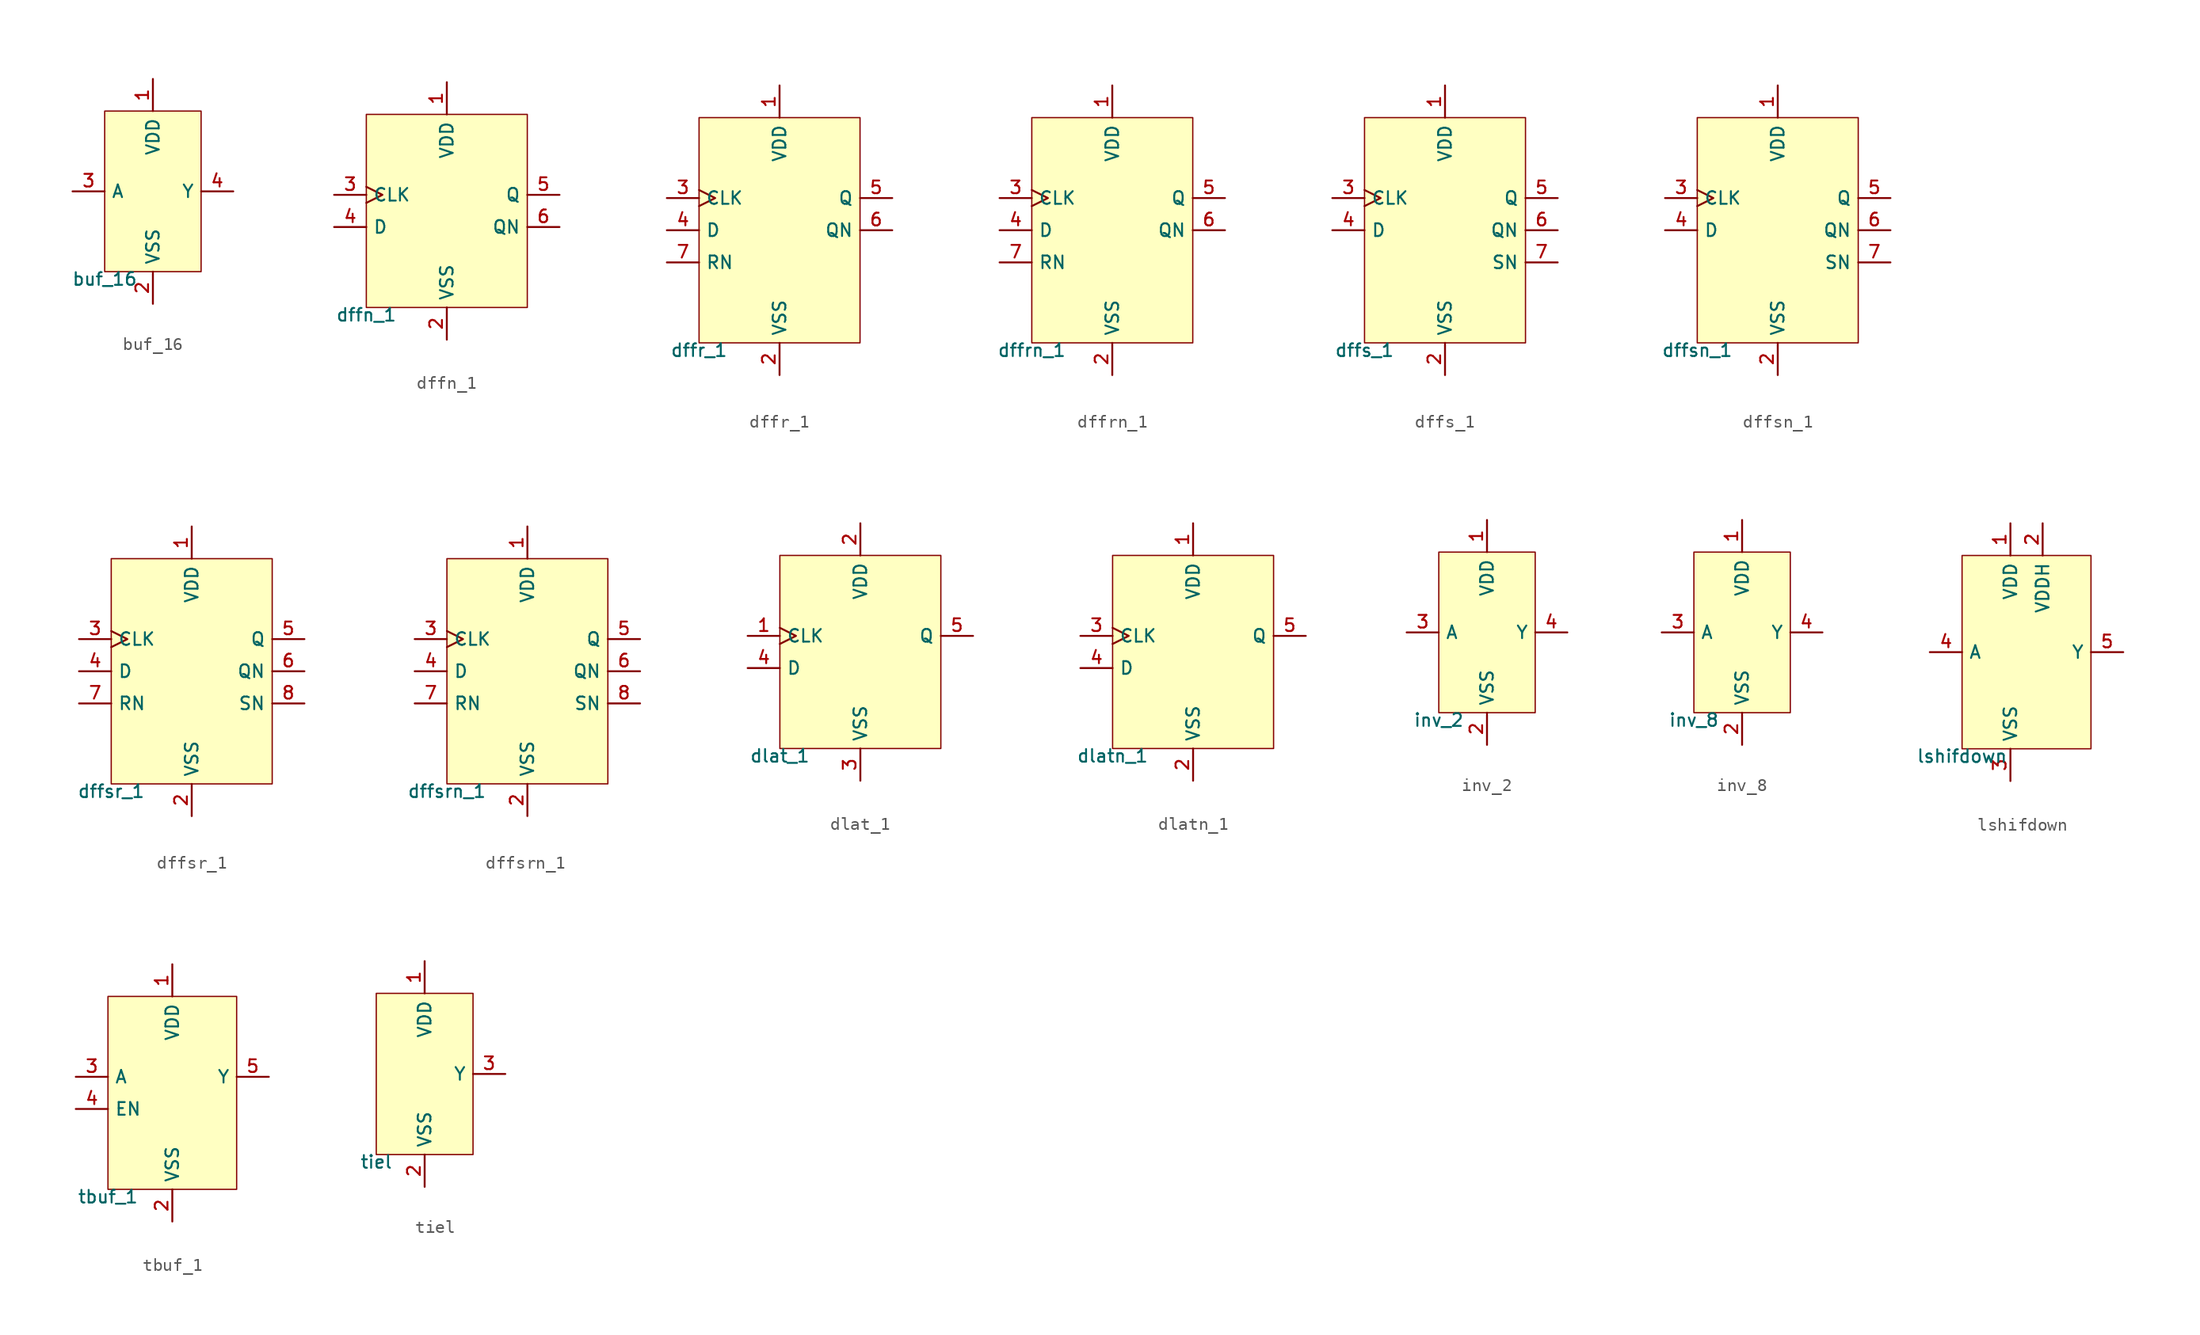
<source format=kicad_sym>
(kicad_symbol_lib
  (version 20211014)
  (generator pdk2kicad)
  (symbol "buf_16"
    (property "Reference" "X"
      (at 0 0 0)
      (effects (font (size 1 1)) hide))
    (property "Value" "buf_16"
      (at -3.81 -6.35 0)
      (effects (font (size 1 1)) (justify top)))
    (rectangle
      (start -3.81 -6.35)
      (end 3.81 6.35)
      (stroke (width 0.1) (type solid) (color 0 0 0 0))
      (fill (type background)))
    (pin power_in line
      (at 0.0 8.89 270)
      (length 2.54)
      (name "VDD" (effects (font (size 1 1)) hide))
      (number "1" (effects (font (size 1 1)) hide)))
    (pin power_in line
      (at 0.0 -8.89 90)
      (length 2.54)
      (name "VSS" (effects (font (size 1 1)) hide))
      (number "2" (effects (font (size 1 1)) hide)))
    (pin input line
      (at -6.35 -4.440892098500626e-16 0)
      (length 2.54)
      (name "A" (effects (font (size 1 1)) hide))
      (number "3" (effects (font (size 1 1)) hide)))
    (pin output line
      (at 6.35 -4.440892098500626e-16 180)
      (length 2.54)
      (name "Y" (effects (font (size 1 1)) hide))
      (number "4" (effects (font (size 1 1)) hide))))
  (symbol "dffn_1"
    (property "Reference" "X"
      (at 0 0 0)
      (effects (font (size 1 1)) hide))
    (property "Value" "dffn_1"
      (at -6.35 -7.62 0)
      (effects (font (size 1 1)) (justify top)))
    (rectangle
      (start -6.35 -7.62)
      (end 6.35 7.62)
      (stroke (width 0.1) (type solid) (color 0 0 0 0))
      (fill (type background)))
    (pin power_in line
      (at 4.440892098500626e-16 10.16 270)
      (length 2.54)
      (name "VDD" (effects (font (size 1 1)) hide))
      (number "1" (effects (font (size 1 1)) hide)))
    (pin power_in line
      (at 4.440892098500626e-16 -10.16 90)
      (length 2.54)
      (name "VSS" (effects (font (size 1 1)) hide))
      (number "2" (effects (font (size 1 1)) hide)))
    (pin input clock
      (at -8.89 1.27 0)
      (length 2.54)
      (name "CLK" (effects (font (size 1 1)) hide))
      (number "3" (effects (font (size 1 1)) hide)))
    (pin input line
      (at -8.89 -1.27 0)
      (length 2.54)
      (name "D" (effects (font (size 1 1)) hide))
      (number "4" (effects (font (size 1 1)) hide)))
    (pin output line
      (at 8.89 1.27 180)
      (length 2.54)
      (name "Q" (effects (font (size 1 1)) hide))
      (number "5" (effects (font (size 1 1)) hide)))
    (pin output line
      (at 8.89 -1.27 180)
      (length 2.54)
      (name "QN" (effects (font (size 1 1)) hide))
      (number "6" (effects (font (size 1 1)) hide))))
  (symbol "dffr_1"
    (property "Reference" "X"
      (at 0 0 0)
      (effects (font (size 1 1)) hide))
    (property "Value" "dffr_1"
      (at -6.35 -8.89 0)
      (effects (font (size 1 1)) (justify top)))
    (rectangle
      (start -6.35 -8.89)
      (end 6.35 8.89)
      (stroke (width 0.1) (type solid) (color 0 0 0 0))
      (fill (type background)))
    (pin power_in line
      (at 4.440892098500626e-16 11.43 270)
      (length 2.54)
      (name "VDD" (effects (font (size 1 1)) hide))
      (number "1" (effects (font (size 1 1)) hide)))
    (pin power_in line
      (at 4.440892098500626e-16 -11.43 90)
      (length 2.54)
      (name "VSS" (effects (font (size 1 1)) hide))
      (number "2" (effects (font (size 1 1)) hide)))
    (pin input clock
      (at -8.89 2.54 0)
      (length 2.54)
      (name "CLK" (effects (font (size 1 1)) hide))
      (number "3" (effects (font (size 1 1)) hide)))
    (pin input line
      (at -8.89 4.440892098500626e-16 0)
      (length 2.54)
      (name "D" (effects (font (size 1 1)) hide))
      (number "4" (effects (font (size 1 1)) hide)))
    (pin output line
      (at 8.89 2.54 180)
      (length 2.54)
      (name "Q" (effects (font (size 1 1)) hide))
      (number "5" (effects (font (size 1 1)) hide)))
    (pin output line
      (at 8.89 4.440892098500626e-16 180)
      (length 2.54)
      (name "QN" (effects (font (size 1 1)) hide))
      (number "6" (effects (font (size 1 1)) hide)))
    (pin input line
      (at -8.89 -2.54 0)
      (length 2.54)
      (name "RN" (effects (font (size 1 1)) hide))
      (number "7" (effects (font (size 1 1)) hide))))
  (symbol "dffrn_1"
    (property "Reference" "X"
      (at 0 0 0)
      (effects (font (size 1 1)) hide))
    (property "Value" "dffrn_1"
      (at -6.35 -8.89 0)
      (effects (font (size 1 1)) (justify top)))
    (rectangle
      (start -6.35 -8.89)
      (end 6.35 8.89)
      (stroke (width 0.1) (type solid) (color 0 0 0 0))
      (fill (type background)))
    (pin power_in line
      (at 4.440892098500626e-16 11.43 270)
      (length 2.54)
      (name "VDD" (effects (font (size 1 1)) hide))
      (number "1" (effects (font (size 1 1)) hide)))
    (pin power_in line
      (at 4.440892098500626e-16 -11.43 90)
      (length 2.54)
      (name "VSS" (effects (font (size 1 1)) hide))
      (number "2" (effects (font (size 1 1)) hide)))
    (pin input clock
      (at -8.89 2.54 0)
      (length 2.54)
      (name "CLK" (effects (font (size 1 1)) hide))
      (number "3" (effects (font (size 1 1)) hide)))
    (pin input line
      (at -8.89 4.440892098500626e-16 0)
      (length 2.54)
      (name "D" (effects (font (size 1 1)) hide))
      (number "4" (effects (font (size 1 1)) hide)))
    (pin output line
      (at 8.89 2.54 180)
      (length 2.54)
      (name "Q" (effects (font (size 1 1)) hide))
      (number "5" (effects (font (size 1 1)) hide)))
    (pin output line
      (at 8.89 4.440892098500626e-16 180)
      (length 2.54)
      (name "QN" (effects (font (size 1 1)) hide))
      (number "6" (effects (font (size 1 1)) hide)))
    (pin input line
      (at -8.89 -2.54 0)
      (length 2.54)
      (name "RN" (effects (font (size 1 1)) hide))
      (number "7" (effects (font (size 1 1)) hide))))
  (symbol "dffs_1"
    (property "Reference" "X"
      (at 0 0 0)
      (effects (font (size 1 1)) hide))
    (property "Value" "dffs_1"
      (at -6.35 -8.89 0)
      (effects (font (size 1 1)) (justify top)))
    (rectangle
      (start -6.35 -8.89)
      (end 6.35 8.89)
      (stroke (width 0.1) (type solid) (color 0 0 0 0))
      (fill (type background)))
    (pin power_in line
      (at 4.440892098500626e-16 11.43 270)
      (length 2.54)
      (name "VDD" (effects (font (size 1 1)) hide))
      (number "1" (effects (font (size 1 1)) hide)))
    (pin power_in line
      (at 4.440892098500626e-16 -11.43 90)
      (length 2.54)
      (name "VSS" (effects (font (size 1 1)) hide))
      (number "2" (effects (font (size 1 1)) hide)))
    (pin input clock
      (at -8.89 2.54 0)
      (length 2.54)
      (name "CLK" (effects (font (size 1 1)) hide))
      (number "3" (effects (font (size 1 1)) hide)))
    (pin input line
      (at -8.89 4.440892098500626e-16 0)
      (length 2.54)
      (name "D" (effects (font (size 1 1)) hide))
      (number "4" (effects (font (size 1 1)) hide)))
    (pin output line
      (at 8.89 2.54 180)
      (length 2.54)
      (name "Q" (effects (font (size 1 1)) hide))
      (number "5" (effects (font (size 1 1)) hide)))
    (pin output line
      (at 8.89 4.440892098500626e-16 180)
      (length 2.54)
      (name "QN" (effects (font (size 1 1)) hide))
      (number "6" (effects (font (size 1 1)) hide)))
    (pin output line
      (at 8.89 -2.54 180)
      (length 2.54)
      (name "SN" (effects (font (size 1 1)) hide))
      (number "7" (effects (font (size 1 1)) hide))))
  (symbol "dffsn_1"
    (property "Reference" "X"
      (at 0 0 0)
      (effects (font (size 1 1)) hide))
    (property "Value" "dffsn_1"
      (at -6.35 -8.89 0)
      (effects (font (size 1 1)) (justify top)))
    (rectangle
      (start -6.35 -8.89)
      (end 6.35 8.89)
      (stroke (width 0.1) (type solid) (color 0 0 0 0))
      (fill (type background)))
    (pin power_in line
      (at 4.440892098500626e-16 11.43 270)
      (length 2.54)
      (name "VDD" (effects (font (size 1 1)) hide))
      (number "1" (effects (font (size 1 1)) hide)))
    (pin power_in line
      (at 4.440892098500626e-16 -11.43 90)
      (length 2.54)
      (name "VSS" (effects (font (size 1 1)) hide))
      (number "2" (effects (font (size 1 1)) hide)))
    (pin input clock
      (at -8.89 2.54 0)
      (length 2.54)
      (name "CLK" (effects (font (size 1 1)) hide))
      (number "3" (effects (font (size 1 1)) hide)))
    (pin input line
      (at -8.89 4.440892098500626e-16 0)
      (length 2.54)
      (name "D" (effects (font (size 1 1)) hide))
      (number "4" (effects (font (size 1 1)) hide)))
    (pin output line
      (at 8.89 2.54 180)
      (length 2.54)
      (name "Q" (effects (font (size 1 1)) hide))
      (number "5" (effects (font (size 1 1)) hide)))
    (pin output line
      (at 8.89 4.440892098500626e-16 180)
      (length 2.54)
      (name "QN" (effects (font (size 1 1)) hide))
      (number "6" (effects (font (size 1 1)) hide)))
    (pin output line
      (at 8.89 -2.54 180)
      (length 2.54)
      (name "SN" (effects (font (size 1 1)) hide))
      (number "7" (effects (font (size 1 1)) hide))))
  (symbol "dffsr_1"
    (property "Reference" "X"
      (at 0 0 0)
      (effects (font (size 1 1)) hide))
    (property "Value" "dffsr_1"
      (at -6.35 -8.89 0)
      (effects (font (size 1 1)) (justify top)))
    (rectangle
      (start -6.35 -8.89)
      (end 6.35 8.89)
      (stroke (width 0.1) (type solid) (color 0 0 0 0))
      (fill (type background)))
    (pin power_in line
      (at 4.440892098500626e-16 11.43 270)
      (length 2.54)
      (name "VDD" (effects (font (size 1 1)) hide))
      (number "1" (effects (font (size 1 1)) hide)))
    (pin power_in line
      (at 4.440892098500626e-16 -11.43 90)
      (length 2.54)
      (name "VSS" (effects (font (size 1 1)) hide))
      (number "2" (effects (font (size 1 1)) hide)))
    (pin input clock
      (at -8.89 2.54 0)
      (length 2.54)
      (name "CLK" (effects (font (size 1 1)) hide))
      (number "3" (effects (font (size 1 1)) hide)))
    (pin input line
      (at -8.89 4.440892098500626e-16 0)
      (length 2.54)
      (name "D" (effects (font (size 1 1)) hide))
      (number "4" (effects (font (size 1 1)) hide)))
    (pin output line
      (at 8.89 2.54 180)
      (length 2.54)
      (name "Q" (effects (font (size 1 1)) hide))
      (number "5" (effects (font (size 1 1)) hide)))
    (pin output line
      (at 8.89 4.440892098500626e-16 180)
      (length 2.54)
      (name "QN" (effects (font (size 1 1)) hide))
      (number "6" (effects (font (size 1 1)) hide)))
    (pin input line
      (at -8.89 -2.54 0)
      (length 2.54)
      (name "RN" (effects (font (size 1 1)) hide))
      (number "7" (effects (font (size 1 1)) hide)))
    (pin output line
      (at 8.89 -2.54 180)
      (length 2.54)
      (name "SN" (effects (font (size 1 1)) hide))
      (number "8" (effects (font (size 1 1)) hide))))
  (symbol "dffsrn_1"
    (property "Reference" "X"
      (at 0 0 0)
      (effects (font (size 1 1)) hide))
    (property "Value" "dffsrn_1"
      (at -6.35 -8.89 0)
      (effects (font (size 1 1)) (justify top)))
    (rectangle
      (start -6.35 -8.89)
      (end 6.35 8.89)
      (stroke (width 0.1) (type solid) (color 0 0 0 0))
      (fill (type background)))
    (pin power_in line
      (at 4.440892098500626e-16 11.43 270)
      (length 2.54)
      (name "VDD" (effects (font (size 1 1)) hide))
      (number "1" (effects (font (size 1 1)) hide)))
    (pin power_in line
      (at 4.440892098500626e-16 -11.43 90)
      (length 2.54)
      (name "VSS" (effects (font (size 1 1)) hide))
      (number "2" (effects (font (size 1 1)) hide)))
    (pin input clock
      (at -8.89 2.54 0)
      (length 2.54)
      (name "CLK" (effects (font (size 1 1)) hide))
      (number "3" (effects (font (size 1 1)) hide)))
    (pin input line
      (at -8.89 4.440892098500626e-16 0)
      (length 2.54)
      (name "D" (effects (font (size 1 1)) hide))
      (number "4" (effects (font (size 1 1)) hide)))
    (pin output line
      (at 8.89 2.54 180)
      (length 2.54)
      (name "Q" (effects (font (size 1 1)) hide))
      (number "5" (effects (font (size 1 1)) hide)))
    (pin output line
      (at 8.89 4.440892098500626e-16 180)
      (length 2.54)
      (name "QN" (effects (font (size 1 1)) hide))
      (number "6" (effects (font (size 1 1)) hide)))
    (pin input line
      (at -8.89 -2.54 0)
      (length 2.54)
      (name "RN" (effects (font (size 1 1)) hide))
      (number "7" (effects (font (size 1 1)) hide)))
    (pin output line
      (at 8.89 -2.54 180)
      (length 2.54)
      (name "SN" (effects (font (size 1 1)) hide))
      (number "8" (effects (font (size 1 1)) hide))))
  (symbol "dlat_1"
    (property "Reference" "X"
      (at 0 0 0)
      (effects (font (size 1 1)) hide))
    (property "Value" "dlat_1"
      (at -6.35 -7.62 0)
      (effects (font (size 1 1)) (justify top)))
    (rectangle
      (start -6.35 -7.62)
      (end 6.35 7.62)
      (stroke (width 0.1) (type solid) (color 0 0 0 0))
      (fill (type background)))
    (pin input clock
      (at -8.89 1.27 0)
      (length 2.54)
      (name "CLK" (effects (font (size 1 1)) hide))
      (number "1" (effects (font (size 1 1)) hide)))
    (pin power_in line
      (at 4.440892098500626e-16 10.16 270)
      (length 2.54)
      (name "VDD" (effects (font (size 1 1)) hide))
      (number "2" (effects (font (size 1 1)) hide)))
    (pin power_in line
      (at 4.440892098500626e-16 -10.16 90)
      (length 2.54)
      (name "VSS" (effects (font (size 1 1)) hide))
      (number "3" (effects (font (size 1 1)) hide)))
    (pin input line
      (at -8.89 -1.27 0)
      (length 2.54)
      (name "D" (effects (font (size 1 1)) hide))
      (number "4" (effects (font (size 1 1)) hide)))
    (pin output line
      (at 8.89 1.27 180)
      (length 2.54)
      (name "Q" (effects (font (size 1 1)) hide))
      (number "5" (effects (font (size 1 1)) hide))))
  (symbol "dlatn_1"
    (property "Reference" "X"
      (at 0 0 0)
      (effects (font (size 1 1)) hide))
    (property "Value" "dlatn_1"
      (at -6.35 -7.62 0)
      (effects (font (size 1 1)) (justify top)))
    (rectangle
      (start -6.35 -7.62)
      (end 6.35 7.62)
      (stroke (width 0.1) (type solid) (color 0 0 0 0))
      (fill (type background)))
    (pin power_in line
      (at 4.440892098500626e-16 10.16 270)
      (length 2.54)
      (name "VDD" (effects (font (size 1 1)) hide))
      (number "1" (effects (font (size 1 1)) hide)))
    (pin power_in line
      (at 4.440892098500626e-16 -10.16 90)
      (length 2.54)
      (name "VSS" (effects (font (size 1 1)) hide))
      (number "2" (effects (font (size 1 1)) hide)))
    (pin input clock
      (at -8.89 1.27 0)
      (length 2.54)
      (name "CLK" (effects (font (size 1 1)) hide))
      (number "3" (effects (font (size 1 1)) hide)))
    (pin input line
      (at -8.89 -1.27 0)
      (length 2.54)
      (name "D" (effects (font (size 1 1)) hide))
      (number "4" (effects (font (size 1 1)) hide)))
    (pin output line
      (at 8.89 1.27 180)
      (length 2.54)
      (name "Q" (effects (font (size 1 1)) hide))
      (number "5" (effects (font (size 1 1)) hide))))
  (symbol "inv_2"
    (property "Reference" "X"
      (at 0 0 0)
      (effects (font (size 1 1)) hide))
    (property "Value" "inv_2"
      (at -3.81 -6.35 0)
      (effects (font (size 1 1)) (justify top)))
    (rectangle
      (start -3.81 -6.35)
      (end 3.81 6.35)
      (stroke (width 0.1) (type solid) (color 0 0 0 0))
      (fill (type background)))
    (pin power_in line
      (at 0.0 8.89 270)
      (length 2.54)
      (name "VDD" (effects (font (size 1 1)) hide))
      (number "1" (effects (font (size 1 1)) hide)))
    (pin power_in line
      (at 0.0 -8.89 90)
      (length 2.54)
      (name "VSS" (effects (font (size 1 1)) hide))
      (number "2" (effects (font (size 1 1)) hide)))
    (pin input line
      (at -6.35 -4.440892098500626e-16 0)
      (length 2.54)
      (name "A" (effects (font (size 1 1)) hide))
      (number "3" (effects (font (size 1 1)) hide)))
    (pin output line
      (at 6.35 -4.440892098500626e-16 180)
      (length 2.54)
      (name "Y" (effects (font (size 1 1)) hide))
      (number "4" (effects (font (size 1 1)) hide))))
  (symbol "inv_8"
    (property "Reference" "X"
      (at 0 0 0)
      (effects (font (size 1 1)) hide))
    (property "Value" "inv_8"
      (at -3.81 -6.35 0)
      (effects (font (size 1 1)) (justify top)))
    (rectangle
      (start -3.81 -6.35)
      (end 3.81 6.35)
      (stroke (width 0.1) (type solid) (color 0 0 0 0))
      (fill (type background)))
    (pin power_in line
      (at 0.0 8.89 270)
      (length 2.54)
      (name "VDD" (effects (font (size 1 1)) hide))
      (number "1" (effects (font (size 1 1)) hide)))
    (pin power_in line
      (at 0.0 -8.89 90)
      (length 2.54)
      (name "VSS" (effects (font (size 1 1)) hide))
      (number "2" (effects (font (size 1 1)) hide)))
    (pin input line
      (at -6.35 -4.440892098500626e-16 0)
      (length 2.54)
      (name "A" (effects (font (size 1 1)) hide))
      (number "3" (effects (font (size 1 1)) hide)))
    (pin output line
      (at 6.35 -4.440892098500626e-16 180)
      (length 2.54)
      (name "Y" (effects (font (size 1 1)) hide))
      (number "4" (effects (font (size 1 1)) hide))))
  (symbol "lshifdown"
    (property "Reference" "X"
      (at 0 0 0)
      (effects (font (size 1 1)) hide))
    (property "Value" "lshifdown"
      (at -5.08 -7.62 0)
      (effects (font (size 1 1)) (justify top)))
    (rectangle
      (start -5.08 -7.62)
      (end 5.08 7.62)
      (stroke (width 0.1) (type solid) (color 0 0 0 0))
      (fill (type background)))
    (pin power_in line
      (at -1.27 10.16 270)
      (length 2.54)
      (name "VDD" (effects (font (size 1 1)) hide))
      (number "1" (effects (font (size 1 1)) hide)))
    (pin power_in line
      (at 1.27 10.16 270)
      (length 2.54)
      (name "VDDH" (effects (font (size 1 1)) hide))
      (number "2" (effects (font (size 1 1)) hide)))
    (pin power_in line
      (at -1.27 -10.16 90)
      (length 2.54)
      (name "VSS" (effects (font (size 1 1)) hide))
      (number "3" (effects (font (size 1 1)) hide)))
    (pin input line
      (at -7.62 0.0 0)
      (length 2.54)
      (name "A" (effects (font (size 1 1)) hide))
      (number "4" (effects (font (size 1 1)) hide)))
    (pin output line
      (at 7.62 0.0 180)
      (length 2.54)
      (name "Y" (effects (font (size 1 1)) hide))
      (number "5" (effects (font (size 1 1)) hide))))
  (symbol "tbuf_1"
    (property "Reference" "X"
      (at 0 0 0)
      (effects (font (size 1 1)) hide))
    (property "Value" "tbuf_1"
      (at -5.08 -7.62 0)
      (effects (font (size 1 1)) (justify top)))
    (rectangle
      (start -5.08 -7.62)
      (end 5.08 7.62)
      (stroke (width 0.1) (type solid) (color 0 0 0 0))
      (fill (type background)))
    (pin power_in line
      (at 0.0 10.16 270)
      (length 2.54)
      (name "VDD" (effects (font (size 1 1)) hide))
      (number "1" (effects (font (size 1 1)) hide)))
    (pin power_in line
      (at 0.0 -10.16 90)
      (length 2.54)
      (name "VSS" (effects (font (size 1 1)) hide))
      (number "2" (effects (font (size 1 1)) hide)))
    (pin input line
      (at -7.62 1.27 0)
      (length 2.54)
      (name "A" (effects (font (size 1 1)) hide))
      (number "3" (effects (font (size 1 1)) hide)))
    (pin input line
      (at -7.62 -1.27 0)
      (length 2.54)
      (name "EN" (effects (font (size 1 1)) hide))
      (number "4" (effects (font (size 1 1)) hide)))
    (pin output line
      (at 7.62 1.27 180)
      (length 2.54)
      (name "Y" (effects (font (size 1 1)) hide))
      (number "5" (effects (font (size 1 1)) hide))))
  (symbol "tiel"
    (property "Reference" "X"
      (at 0 0 0)
      (effects (font (size 1 1)) hide))
    (property "Value" "tiel"
      (at -3.81 -6.35 0)
      (effects (font (size 1 1)) (justify top)))
    (rectangle
      (start -3.81 -6.35)
      (end 3.81 6.35)
      (stroke (width 0.1) (type solid) (color 0 0 0 0))
      (fill (type background)))
    (pin power_in line
      (at 0.0 8.89 270)
      (length 2.54)
      (name "VDD" (effects (font (size 1 1)) hide))
      (number "1" (effects (font (size 1 1)) hide)))
    (pin power_in line
      (at 0.0 -8.89 90)
      (length 2.54)
      (name "VSS" (effects (font (size 1 1)) hide))
      (number "2" (effects (font (size 1 1)) hide)))
    (pin output line
      (at 6.35 -4.440892098500626e-16 180)
      (length 2.54)
      (name "Y" (effects (font (size 1 1)) hide))
      (number "3" (effects (font (size 1 1)) hide)))))
</source>
